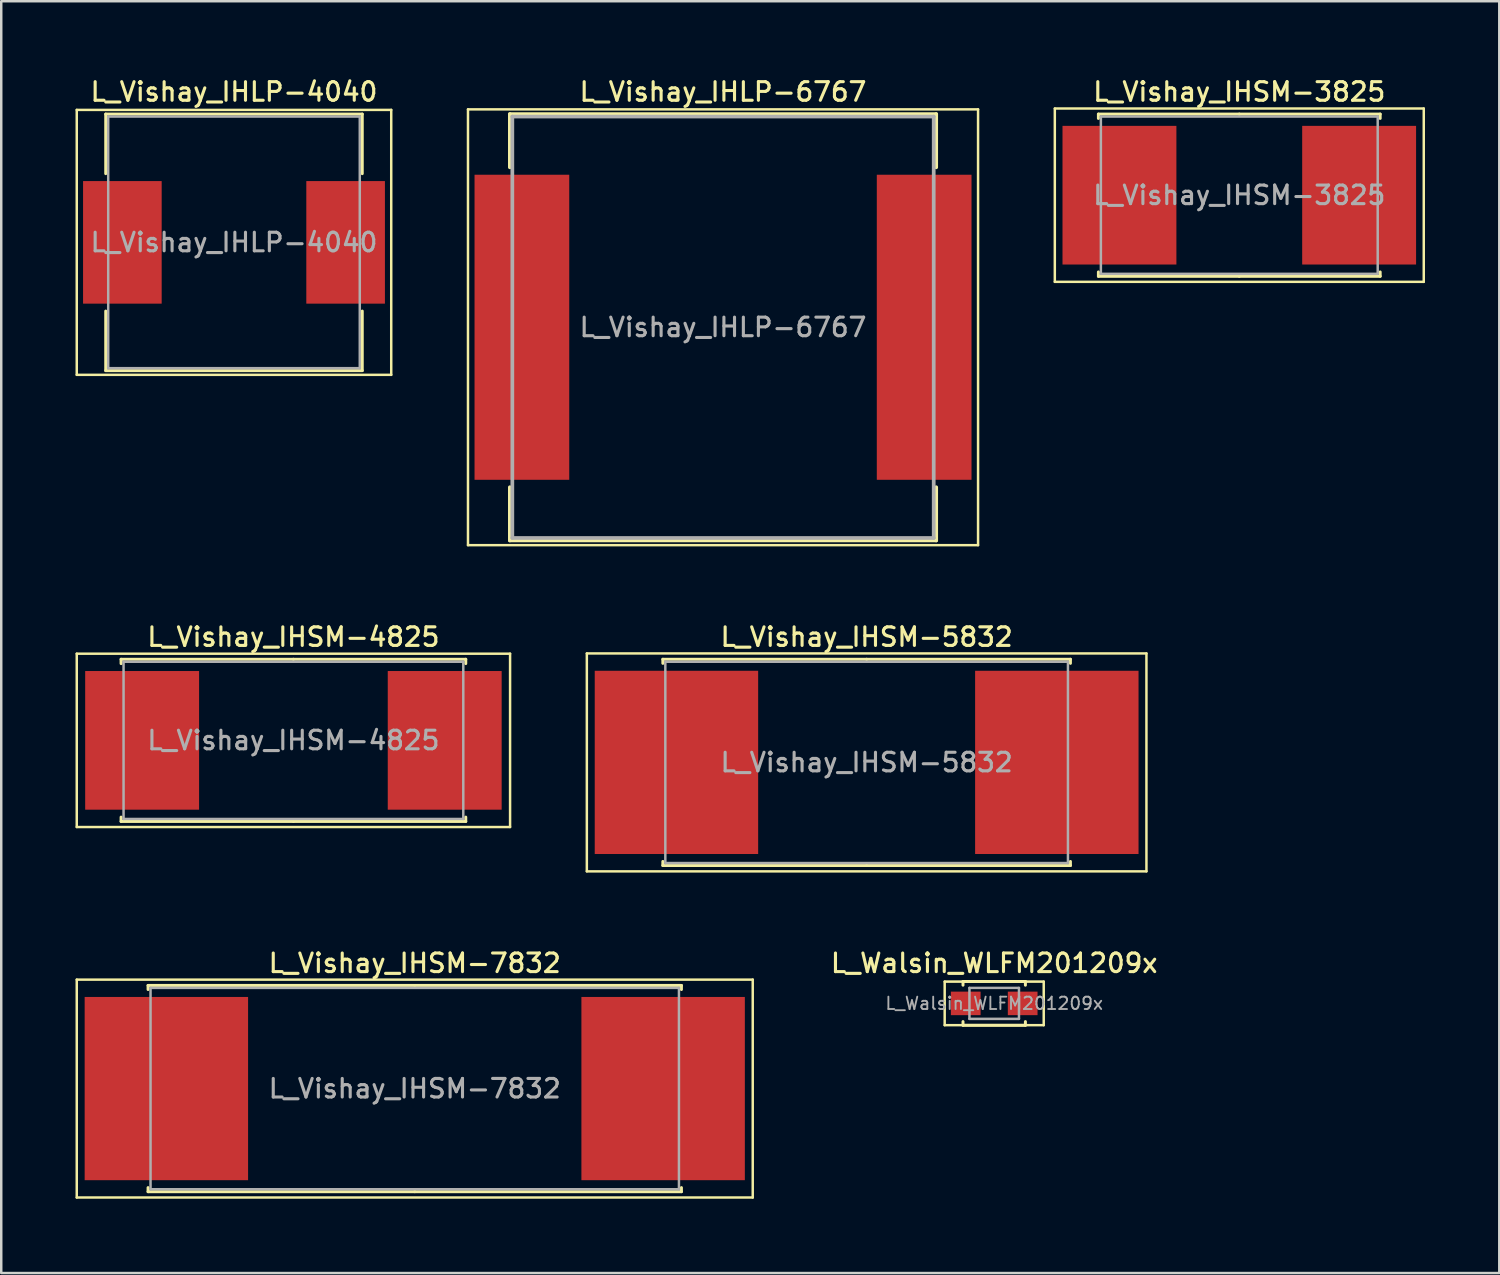
<source format=kicad_pcb>
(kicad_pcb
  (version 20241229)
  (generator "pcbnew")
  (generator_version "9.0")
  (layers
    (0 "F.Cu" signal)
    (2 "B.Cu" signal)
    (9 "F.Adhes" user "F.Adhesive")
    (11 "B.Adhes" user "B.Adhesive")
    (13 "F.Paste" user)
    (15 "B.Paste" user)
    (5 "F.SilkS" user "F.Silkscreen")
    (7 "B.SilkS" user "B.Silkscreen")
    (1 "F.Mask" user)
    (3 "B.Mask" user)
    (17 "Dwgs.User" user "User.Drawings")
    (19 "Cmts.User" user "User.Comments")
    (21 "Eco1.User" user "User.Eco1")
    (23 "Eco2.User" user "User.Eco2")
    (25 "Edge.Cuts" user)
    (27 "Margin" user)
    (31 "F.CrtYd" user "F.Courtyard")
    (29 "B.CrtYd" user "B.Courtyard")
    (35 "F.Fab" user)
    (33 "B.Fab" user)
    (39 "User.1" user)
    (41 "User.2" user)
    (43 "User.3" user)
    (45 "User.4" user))
  (footprint "L_Vishay_IHLP-6767"
    (layer "F.Cu")
    (at 26.15 10.167)
    (property "Reference" "L_Vishay_IHLP-6767" (at 0 -9.509 0) (layer "F.SilkS") (effects (font (size 0.75 0.75) (thickness 0.125))))
    (attr smd)
    (fp_line (start -10.3 -8.8) (end -10.3 8.8) (stroke (width 0.1) (type solid)) (layer "F.SilkS"))
    (fp_line (start -10.3 8.8) (end 10.3 8.8) (stroke (width 0.1) (type solid)) (layer "F.SilkS"))
    (fp_line (start -8.609 -8.609) (end 8.609 -8.609) (stroke (width 0.15) (type solid)) (layer "F.SilkS"))
    (fp_line (start -8.609 -6.46) (end -8.609 -8.609) (stroke (width 0.15) (type solid)) (layer "F.SilkS"))
    (fp_line (start -8.609 6.46) (end -8.609 8.609) (stroke (width 0.15) (type solid)) (layer "F.SilkS"))
    (fp_line (start -8.609 8.609) (end 8.609 8.609) (stroke (width 0.15) (type solid)) (layer "F.SilkS"))
    (fp_line (start 8.609 -8.609) (end 8.609 -6.46) (stroke (width 0.15) (type solid)) (layer "F.SilkS"))
    (fp_line (start 8.609 8.609) (end 8.609 6.46) (stroke (width 0.15) (type solid)) (layer "F.SilkS"))
    (fp_line (start 10.3 -8.8) (end -10.3 -8.8) (stroke (width 0.1) (type solid)) (layer "F.SilkS"))
    (fp_line (start 10.3 8.8) (end 10.3 -8.8) (stroke (width 0.1) (type solid)) (layer "F.SilkS"))
    (fp_line (start -8.509 -8.509) (end -8.509 8.509) (stroke (width 0.15) (type solid)) (layer "F.Fab"))
    (fp_line (start -8.509 8.509) (end 8.509 8.509) (stroke (width 0.15) (type solid)) (layer "F.Fab"))
    (fp_line (start 8.509 -8.509) (end -8.509 -8.509) (stroke (width 0.15) (type solid)) (layer "F.Fab"))
    (fp_line (start 8.509 8.509) (end 8.509 -8.509) (stroke (width 0.15) (type solid)) (layer "F.Fab"))
    (fp_text user "${REFERENCE}" (at 0 0 0) (layer "F.Fab") (effects (font (size 0.75 0.75) (thickness 0.125))))
    (pad "1" smd rect (at -8.123 0) (size 3.825 12.32) (layers "F.Cu" "F.Mask" "F.Paste"))
    (pad "2" smd rect (at 8.123 0) (size 3.825 12.32) (layers "F.Cu" "F.Mask" "F.Paste")))
  (footprint "L_Vishay_IHSM-7832"
    (layer "F.Cu")
    (at 13.7 40.913)
    (property "Reference" "L_Vishay_IHSM-7832" (at 0 -5.065 0) (layer "F.SilkS") (effects (font (size 0.75 0.75) (thickness 0.125))))
    (attr smd)
    (fp_line (start -13.65 -4.4) (end -13.65 4.4) (stroke (width 0.1) (type solid)) (layer "F.SilkS"))
    (fp_line (start -13.65 4.4) (end 13.65 4.4) (stroke (width 0.1) (type solid)) (layer "F.SilkS"))
    (fp_line (start -10.77 -4.165) (end 0 -4.165) (stroke (width 0.12) (type solid)) (layer "F.SilkS"))
    (fp_line (start -10.77 -4) (end -10.77 -4.165) (stroke (width 0.12) (type solid)) (layer "F.SilkS"))
    (fp_line (start -10.77 4) (end -10.77 4.165) (stroke (width 0.12) (type solid)) (layer "F.SilkS"))
    (fp_line (start -10.77 4.165) (end 0 4.165) (stroke (width 0.12) (type solid)) (layer "F.SilkS"))
    (fp_line (start 10.77 -4.165) (end 0 -4.165) (stroke (width 0.12) (type solid)) (layer "F.SilkS"))
    (fp_line (start 10.77 -4) (end 10.77 -4.165) (stroke (width 0.12) (type solid)) (layer "F.SilkS"))
    (fp_line (start 10.77 4) (end 10.77 4.165) (stroke (width 0.12) (type solid)) (layer "F.SilkS"))
    (fp_line (start 10.77 4.165) (end 0 4.165) (stroke (width 0.12) (type solid)) (layer "F.SilkS"))
    (fp_line (start 13.65 -4.4) (end -13.65 -4.4) (stroke (width 0.1) (type solid)) (layer "F.SilkS"))
    (fp_line (start 13.65 4.4) (end 13.65 -4.4) (stroke (width 0.1) (type solid)) (layer "F.SilkS"))
    (fp_line (start -10.67 -4.065) (end -10.67 4.065) (stroke (width 0.1) (type solid)) (layer "F.Fab"))
    (fp_line (start -10.67 4.065) (end 10.67 4.065) (stroke (width 0.1) (type solid)) (layer "F.Fab"))
    (fp_line (start 10.67 -4.065) (end -10.67 -4.065) (stroke (width 0.1) (type solid)) (layer "F.Fab"))
    (fp_line (start 10.67 4.065) (end 10.67 -4.065) (stroke (width 0.1) (type solid)) (layer "F.Fab"))
    (fp_text user "${REFERENCE}" (at 0 0 0) (layer "F.Fab") (effects (font (size 0.75 0.75) (thickness 0.125))))
    (pad "1" smd rect (at -10.031 0) (size 6.6 7.4) (layers "F.Cu" "F.Mask" "F.Paste"))
    (pad "2" smd rect (at 10.031 0) (size 6.6 7.4) (layers "F.Cu" "F.Mask" "F.Paste")))
  (footprint "L_Vishay_IHSM-3825"
    (layer "F.Cu")
    (at 47 4.833)
    (property "Reference" "L_Vishay_IHSM-3825" (at 0 -4.175 0) (layer "F.SilkS") (effects (font (size 0.75 0.75) (thickness 0.125))))
    (attr smd)
    (fp_line (start -7.45 -3.5) (end -7.45 3.5) (stroke (width 0.1) (type solid)) (layer "F.SilkS"))
    (fp_line (start -7.45 3.5) (end 7.45 3.5) (stroke (width 0.1) (type solid)) (layer "F.SilkS"))
    (fp_line (start -5.69 -3.275) (end 0 -3.275) (stroke (width 0.12) (type solid)) (layer "F.SilkS"))
    (fp_line (start -5.69 -3.1) (end -5.69 -3.275) (stroke (width 0.12) (type solid)) (layer "F.SilkS"))
    (fp_line (start -5.69 3.1) (end -5.69 3.275) (stroke (width 0.12) (type solid)) (layer "F.SilkS"))
    (fp_line (start -5.69 3.275) (end 0 3.275) (stroke (width 0.12) (type solid)) (layer "F.SilkS"))
    (fp_line (start 5.69 -3.275) (end 0 -3.275) (stroke (width 0.12) (type solid)) (layer "F.SilkS"))
    (fp_line (start 5.69 -3.1) (end 5.69 -3.275) (stroke (width 0.12) (type solid)) (layer "F.SilkS"))
    (fp_line (start 5.69 3.1) (end 5.69 3.275) (stroke (width 0.12) (type solid)) (layer "F.SilkS"))
    (fp_line (start 5.69 3.275) (end 0 3.275) (stroke (width 0.12) (type solid)) (layer "F.SilkS"))
    (fp_line (start 7.45 -3.5) (end -7.45 -3.5) (stroke (width 0.1) (type solid)) (layer "F.SilkS"))
    (fp_line (start 7.45 3.5) (end 7.45 -3.5) (stroke (width 0.1) (type solid)) (layer "F.SilkS"))
    (fp_line (start -5.59 -3.175) (end -5.59 3.175) (stroke (width 0.1) (type solid)) (layer "F.Fab"))
    (fp_line (start -5.59 3.175) (end 5.59 3.175) (stroke (width 0.1) (type solid)) (layer "F.Fab"))
    (fp_line (start 5.59 -3.175) (end -5.59 -3.175) (stroke (width 0.1) (type solid)) (layer "F.Fab"))
    (fp_line (start 5.59 3.175) (end 5.59 -3.175) (stroke (width 0.1) (type solid)) (layer "F.Fab"))
    (fp_text user "${REFERENCE}" (at 0 0 0) (layer "F.Fab") (effects (font (size 0.75 0.75) (thickness 0.125))))
    (pad "1" smd rect (at -4.84 0) (size 4.6 5.6) (layers "F.Cu" "F.Mask" "F.Paste"))
    (pad "2" smd rect (at 4.84 0) (size 4.6 5.6) (layers "F.Cu" "F.Mask" "F.Paste")))
  (footprint "L_Vishay_IHSM-4825"
    (layer "F.Cu")
    (at 8.8 26.85)
    (property "Reference" "L_Vishay_IHSM-4825" (at 0 -4.175 0) (layer "F.SilkS") (effects (font (size 0.75 0.75) (thickness 0.125))))
    (attr smd)
    (fp_line (start -8.75 -3.5) (end -8.75 3.5) (stroke (width 0.1) (type solid)) (layer "F.SilkS"))
    (fp_line (start -8.75 3.5) (end 8.75 3.5) (stroke (width 0.1) (type solid)) (layer "F.SilkS"))
    (fp_line (start -6.96 -3.275) (end 0 -3.275) (stroke (width 0.12) (type solid)) (layer "F.SilkS"))
    (fp_line (start -6.96 -3.1) (end -6.96 -3.275) (stroke (width 0.12) (type solid)) (layer "F.SilkS"))
    (fp_line (start -6.96 3.1) (end -6.96 3.275) (stroke (width 0.12) (type solid)) (layer "F.SilkS"))
    (fp_line (start -6.96 3.275) (end 0 3.275) (stroke (width 0.12) (type solid)) (layer "F.SilkS"))
    (fp_line (start 6.96 -3.275) (end 0 -3.275) (stroke (width 0.12) (type solid)) (layer "F.SilkS"))
    (fp_line (start 6.96 -3.1) (end 6.96 -3.275) (stroke (width 0.12) (type solid)) (layer "F.SilkS"))
    (fp_line (start 6.96 3.1) (end 6.96 3.275) (stroke (width 0.12) (type solid)) (layer "F.SilkS"))
    (fp_line (start 6.96 3.275) (end 0 3.275) (stroke (width 0.12) (type solid)) (layer "F.SilkS"))
    (fp_line (start 8.75 -3.5) (end -8.75 -3.5) (stroke (width 0.1) (type solid)) (layer "F.SilkS"))
    (fp_line (start 8.75 3.5) (end 8.75 -3.5) (stroke (width 0.1) (type solid)) (layer "F.SilkS"))
    (fp_line (start -6.86 -3.175) (end -6.86 3.175) (stroke (width 0.1) (type solid)) (layer "F.Fab"))
    (fp_line (start -6.86 3.175) (end 6.86 3.175) (stroke (width 0.1) (type solid)) (layer "F.Fab"))
    (fp_line (start 6.86 -3.175) (end -6.86 -3.175) (stroke (width 0.1) (type solid)) (layer "F.Fab"))
    (fp_line (start 6.86 3.175) (end 6.86 -3.175) (stroke (width 0.1) (type solid)) (layer "F.Fab"))
    (fp_text user "${REFERENCE}" (at 0 0 0) (layer "F.Fab") (effects (font (size 0.75 0.75) (thickness 0.125))))
    (pad "1" smd rect (at -6.11 0) (size 4.6 5.6) (layers "F.Cu" "F.Mask" "F.Paste"))
    (pad "2" smd rect (at 6.11 0) (size 4.6 5.6) (layers "F.Cu" "F.Mask" "F.Paste")))
  (footprint "L_Vishay_IHLP-4040"
    (layer "F.Cu")
    (at 6.4 6.738)
    (property "Reference" "L_Vishay_IHLP-4040" (at 0 -6.08 0) (layer "F.SilkS") (effects (font (size 0.75 0.75) (thickness 0.125))))
    (attr smd)
    (fp_line (start -6.35 -5.35) (end -6.35 5.35) (stroke (width 0.1) (type solid)) (layer "F.SilkS"))
    (fp_line (start -6.35 5.35) (end 6.35 5.35) (stroke (width 0.1) (type solid)) (layer "F.SilkS"))
    (fp_line (start -5.18 -5.18) (end 5.18 -5.18) (stroke (width 0.12) (type solid)) (layer "F.SilkS"))
    (fp_line (start -5.18 -2.775) (end -5.18 -5.18) (stroke (width 0.12) (type solid)) (layer "F.SilkS"))
    (fp_line (start -5.18 2.775) (end -5.18 5.18) (stroke (width 0.12) (type solid)) (layer "F.SilkS"))
    (fp_line (start -5.18 5.18) (end 5.18 5.18) (stroke (width 0.12) (type solid)) (layer "F.SilkS"))
    (fp_line (start 5.18 -5.18) (end 5.18 -2.775) (stroke (width 0.12) (type solid)) (layer "F.SilkS"))
    (fp_line (start 5.18 5.18) (end 5.18 2.775) (stroke (width 0.12) (type solid)) (layer "F.SilkS"))
    (fp_line (start 6.35 -5.35) (end -6.35 -5.35) (stroke (width 0.1) (type solid)) (layer "F.SilkS"))
    (fp_line (start 6.35 5.35) (end 6.35 -5.35) (stroke (width 0.1) (type solid)) (layer "F.SilkS"))
    (fp_line (start -5.08 -5.08) (end -5.08 5.08) (stroke (width 0.1) (type solid)) (layer "F.Fab"))
    (fp_line (start -5.08 5.08) (end 5.08 5.08) (stroke (width 0.1) (type solid)) (layer "F.Fab"))
    (fp_line (start 5.08 -5.08) (end -5.08 -5.08) (stroke (width 0.1) (type solid)) (layer "F.Fab"))
    (fp_line (start 5.08 5.08) (end 5.08 -5.08) (stroke (width 0.1) (type solid)) (layer "F.Fab"))
    (fp_text user "${REFERENCE}" (at 0 0 0) (layer "F.Fab") (effects (font (size 0.75 0.75) (thickness 0.125))))
    (pad "1" smd rect (at -4.508 0) (size 3.175 4.95) (layers "F.Cu" "F.Mask" "F.Paste"))
    (pad "2" smd rect (at 4.508 0) (size 3.175 4.95) (layers "F.Cu" "F.Mask" "F.Paste")))
  (footprint "L_Vishay_IHSM-5832"
    (layer "F.Cu")
    (at 31.95 27.74)
    (property "Reference" "L_Vishay_IHSM-5832" (at 0 -5.065 0) (layer "F.SilkS") (effects (font (size 0.75 0.75) (thickness 0.125))))
    (attr smd)
    (fp_line (start -11.3 -4.4) (end -11.3 4.4) (stroke (width 0.1) (type solid)) (layer "F.SilkS"))
    (fp_line (start -11.3 4.4) (end 11.3 4.4) (stroke (width 0.1) (type solid)) (layer "F.SilkS"))
    (fp_line (start -8.23 -4.165) (end 0 -4.165) (stroke (width 0.12) (type solid)) (layer "F.SilkS"))
    (fp_line (start -8.23 -4) (end -8.23 -4.165) (stroke (width 0.12) (type solid)) (layer "F.SilkS"))
    (fp_line (start -8.23 4) (end -8.23 4.165) (stroke (width 0.12) (type solid)) (layer "F.SilkS"))
    (fp_line (start -8.23 4.165) (end 0 4.165) (stroke (width 0.12) (type solid)) (layer "F.SilkS"))
    (fp_line (start 8.23 -4.165) (end 0 -4.165) (stroke (width 0.12) (type solid)) (layer "F.SilkS"))
    (fp_line (start 8.23 -4) (end 8.23 -4.165) (stroke (width 0.12) (type solid)) (layer "F.SilkS"))
    (fp_line (start 8.23 4) (end 8.23 4.165) (stroke (width 0.12) (type solid)) (layer "F.SilkS"))
    (fp_line (start 8.23 4.165) (end 0 4.165) (stroke (width 0.12) (type solid)) (layer "F.SilkS"))
    (fp_line (start 11.3 -4.4) (end -11.3 -4.4) (stroke (width 0.1) (type solid)) (layer "F.SilkS"))
    (fp_line (start 11.3 4.4) (end 11.3 -4.4) (stroke (width 0.1) (type solid)) (layer "F.SilkS"))
    (fp_line (start -8.13 -4.065) (end -8.13 4.065) (stroke (width 0.1) (type solid)) (layer "F.Fab"))
    (fp_line (start -8.13 4.065) (end 8.13 4.065) (stroke (width 0.1) (type solid)) (layer "F.Fab"))
    (fp_line (start 8.13 -4.065) (end -8.13 -4.065) (stroke (width 0.1) (type solid)) (layer "F.Fab"))
    (fp_line (start 8.13 4.065) (end 8.13 -4.065) (stroke (width 0.1) (type solid)) (layer "F.Fab"))
    (fp_text user "${REFERENCE}" (at 0 0 0) (layer "F.Fab") (effects (font (size 0.75 0.75) (thickness 0.125))))
    (pad "1" smd rect (at -7.681 0) (size 6.6 7.4) (layers "F.Cu" "F.Mask" "F.Paste"))
    (pad "2" smd rect (at 7.681 0) (size 6.6 7.4) (layers "F.Cu" "F.Mask" "F.Paste")))
  (footprint "L_Walsin_WLFM201209x"
    (layer "F.Cu")
    (at 37.102 37.473)
    (property "Reference" "L_Walsin_WLFM201209x" (at 0 -1.625 0) (layer "F.SilkS") (effects (font (size 0.75 0.75) (thickness 0.125))))
    (attr smd)
    (fp_line (start -2 -0.88) (end -2 0.88) (stroke (width 0.1) (type solid)) (layer "F.SilkS"))
    (fp_line (start -2 0.88) (end 2 0.88) (stroke (width 0.1) (type solid)) (layer "F.SilkS"))
    (fp_line (start -1.26 -0.885) (end -1.26 -0.735) (stroke (width 0.12) (type solid)) (layer "F.SilkS"))
    (fp_line (start -1.26 -0.885) (end 1.26 -0.885) (stroke (width 0.12) (type solid)) (layer "F.SilkS"))
    (fp_line (start -1.26 0.885) (end -1.26 0.735) (stroke (width 0.12) (type solid)) (layer "F.SilkS"))
    (fp_line (start -1.26 0.885) (end 1.26 0.885) (stroke (width 0.12) (type solid)) (layer "F.SilkS"))
    (fp_line (start 1.26 -0.885) (end 1.26 -0.735) (stroke (width 0.12) (type solid)) (layer "F.SilkS"))
    (fp_line (start 1.26 0.885) (end 1.26 0.735) (stroke (width 0.12) (type solid)) (layer "F.SilkS"))
    (fp_line (start 2 -0.88) (end -2 -0.88) (stroke (width 0.1) (type solid)) (layer "F.SilkS"))
    (fp_line (start 2 0.88) (end 2 -0.88) (stroke (width 0.1) (type solid)) (layer "F.SilkS"))
    (fp_line (start -1 -0.625) (end -1 0.625) (stroke (width 0.1) (type solid)) (layer "F.Fab"))
    (fp_line (start -1 0.625) (end 1 0.625) (stroke (width 0.1) (type solid)) (layer "F.Fab"))
    (fp_line (start 1 -0.625) (end -1 -0.625) (stroke (width 0.1) (type solid)) (layer "F.Fab"))
    (fp_line (start 1 0.625) (end 1 -0.625) (stroke (width 0.1) (type solid)) (layer "F.Fab"))
    (fp_text user "${REFERENCE}" (at 0 0 0) (layer "F.Fab") (effects (font (size 0.5 0.5) (thickness 0.075))))
    (pad "1" smd rect (at -1.15 0) (size 1.2 0.95) (layers "F.Cu" "F.Mask" "F.Paste"))
    (pad "2" smd rect (at 1.15 0) (size 1.2 0.95) (layers "F.Cu" "F.Mask" "F.Paste")))
  (gr_rect
    (start -3 -3)
    (end 57.5 48.363)
    (stroke (width 0.1) (type default))
    (fill no)
    (layer "Edge.Cuts")))
</source>
